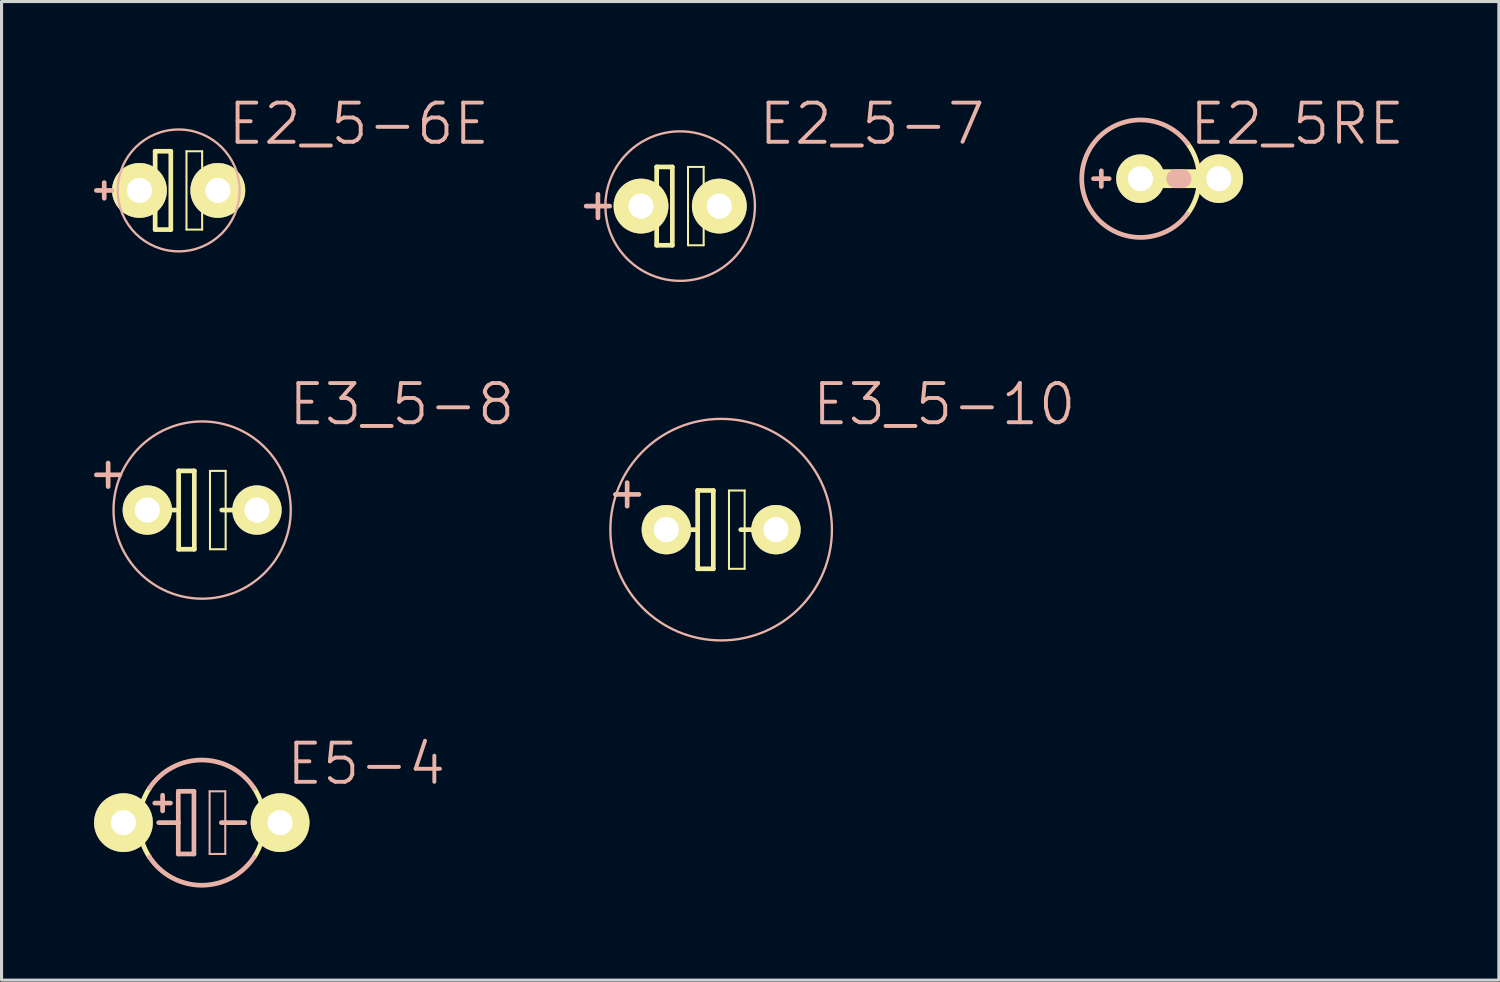
<source format=kicad_pcb>
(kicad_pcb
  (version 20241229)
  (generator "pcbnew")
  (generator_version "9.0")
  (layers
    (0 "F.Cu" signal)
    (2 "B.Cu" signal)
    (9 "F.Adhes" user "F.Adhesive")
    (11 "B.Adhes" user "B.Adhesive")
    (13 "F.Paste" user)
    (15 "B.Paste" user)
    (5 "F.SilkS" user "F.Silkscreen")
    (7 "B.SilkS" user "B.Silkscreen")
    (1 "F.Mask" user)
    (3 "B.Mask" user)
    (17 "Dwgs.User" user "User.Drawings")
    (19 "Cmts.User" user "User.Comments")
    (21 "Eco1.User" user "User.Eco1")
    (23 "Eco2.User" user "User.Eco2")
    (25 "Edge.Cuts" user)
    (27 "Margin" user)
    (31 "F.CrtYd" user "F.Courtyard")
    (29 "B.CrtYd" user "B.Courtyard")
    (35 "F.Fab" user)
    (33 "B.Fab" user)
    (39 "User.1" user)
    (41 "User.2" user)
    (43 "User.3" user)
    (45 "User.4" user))
  (footprint "E5-4"
    (layer "F.Cu")
    (at 3.493 23.626)
    (property "Reference" "E5-4" (at 5.334 -1.905 0) (layer "B.SilkS") (effects (font (size 1.27 1.27) (thickness 0.127))))
    (attr exclude_from_pos_files exclude_from_bom)
    (fp_arc (start -1.69672 1.11506) (mid -2.030323 0.002209) (end -1.699143 -1.111365) (stroke (width 0.1524) (type solid)) (layer "F.SilkS"))
    (fp_arc (start 1.69672 -1.11506) (mid 2.030323 -0.002209) (end 1.699143 1.111365) (stroke (width 0.1524) (type solid)) (layer "F.SilkS"))
    (fp_line (start -1.524 -0.635) (end -1.016 -0.635) (stroke (width 0.152) (type solid)) (layer "B.SilkS"))
    (fp_line (start -1.397 0) (end -0.762 0) (stroke (width 0.152) (type solid)) (layer "B.SilkS"))
    (fp_line (start -1.27 -0.381) (end -1.27 -0.889) (stroke (width 0.152) (type solid)) (layer "B.SilkS"))
    (fp_line (start -0.762 -1.016) (end -0.762 0) (stroke (width 0.152) (type solid)) (layer "B.SilkS"))
    (fp_line (start -0.762 0) (end -0.762 1.016) (stroke (width 0.152) (type solid)) (layer "B.SilkS"))
    (fp_line (start -0.762 1.016) (end -0.254 1.016) (stroke (width 0.152) (type solid)) (layer "B.SilkS"))
    (fp_line (start -0.254 -1.016) (end -0.762 -1.016) (stroke (width 0.152) (type solid)) (layer "B.SilkS"))
    (fp_line (start -0.254 1.016) (end -0.254 -1.016) (stroke (width 0.152) (type solid)) (layer "B.SilkS"))
    (fp_line (start 0.254 -1.016) (end 0.762 -1.016) (stroke (width 0.066) (type solid)) (layer "B.SilkS"))
    (fp_line (start 0.254 1.016) (end 0.254 -1.016) (stroke (width 0.066) (type solid)) (layer "B.SilkS"))
    (fp_line (start 0.254 1.016) (end 0.762 1.016) (stroke (width 0.066) (type solid)) (layer "B.SilkS"))
    (fp_line (start 0.635 0) (end 1.397 0) (stroke (width 0.152) (type solid)) (layer "B.SilkS"))
    (fp_line (start 0.762 1.016) (end 0.762 -1.016) (stroke (width 0.066) (type solid)) (layer "B.SilkS"))
    (fp_arc (start -1.69672 -1.11506) (mid 0.000437 -2.030324) (end 1.6972 -1.114329) (stroke (width 0.1524) (type solid)) (layer "B.SilkS"))
    (fp_arc (start 1.69672 1.11506) (mid -0.000437 2.030324) (end -1.6972 1.114329) (stroke (width 0.1524) (type solid)) (layer "B.SilkS"))
    (pad "+" thru_hole circle (at -2.54 0) (size 1.905 1.905) (drill 0.813) (layers "*.Cu" "F.Mask" "F.SilkS" "F.Paste"))
    (pad "-" thru_hole circle (at 2.54 0) (size 1.905 1.905) (drill 0.813) (layers "*.Cu" "F.Mask" "F.SilkS" "F.Paste")))
  (footprint "E2_5-6E"
    (layer "F.Cu")
    (at 2.743 3.125)
    (property "Reference" "E2_5-6E" (at 5.842 -2.159 0) (layer "B.SilkS") (effects (font (size 1.27 1.27) (thickness 0.127))))
    (attr exclude_from_pos_files exclude_from_bom)
    (fp_line (start -1.651 0) (end -0.762 0) (stroke (width 0.152) (type solid)) (layer "F.SilkS"))
    (fp_line (start -0.762 -1.27) (end -0.762 0) (stroke (width 0.152) (type solid)) (layer "F.SilkS"))
    (fp_line (start -0.762 0) (end -0.762 1.27) (stroke (width 0.152) (type solid)) (layer "F.SilkS"))
    (fp_line (start -0.762 1.27) (end -0.254 1.27) (stroke (width 0.152) (type solid)) (layer "F.SilkS"))
    (fp_line (start -0.254 -1.27) (end -0.762 -1.27) (stroke (width 0.152) (type solid)) (layer "F.SilkS"))
    (fp_line (start -0.254 1.27) (end -0.254 -1.27) (stroke (width 0.152) (type solid)) (layer "F.SilkS"))
    (fp_line (start 0.254 -1.27) (end 0.762 -1.27) (stroke (width 0.066) (type solid)) (layer "F.SilkS"))
    (fp_line (start 0.254 1.27) (end 0.254 -1.27) (stroke (width 0.066) (type solid)) (layer "F.SilkS"))
    (fp_line (start 0.254 1.27) (end 0.762 1.27) (stroke (width 0.066) (type solid)) (layer "F.SilkS"))
    (fp_line (start 0.635 0) (end 1.651 0) (stroke (width 0.152) (type solid)) (layer "F.SilkS"))
    (fp_line (start 0.762 1.27) (end 0.762 -1.27) (stroke (width 0.066) (type solid)) (layer "F.SilkS"))
    (fp_line (start -2.413 0.254) (end -2.413 -0.254) (stroke (width 0.152) (type solid)) (layer "B.SilkS"))
    (fp_line (start -2.159 0) (end -2.667 0) (stroke (width 0.152) (type solid)) (layer "B.SilkS"))
    (fp_circle (center 0 0) (end -1.397 1.397) (stroke (width 0.076) (type solid)) (fill no) (layer "B.SilkS"))
    (pad "+" thru_hole circle (at -1.27 0) (size 1.778 1.778) (drill 0.813) (layers "*.Cu" "F.Mask" "F.SilkS" "F.Paste"))
    (pad "-" thru_hole circle (at 1.27 0) (size 1.778 1.778) (drill 0.813) (layers "*.Cu" "F.Mask" "F.SilkS" "F.Paste")))
  (footprint "E3_5-8"
    (layer "F.Cu")
    (at 3.505 13.49)
    (property "Reference" "E3_5-8" (at 6.477 -3.429 0) (layer "B.SilkS") (effects (font (size 1.27 1.27) (thickness 0.127))))
    (attr exclude_from_pos_files exclude_from_bom)
    (fp_line (start -1.651 0) (end -0.762 0) (stroke (width 0.152) (type solid)) (layer "F.SilkS"))
    (fp_line (start -0.762 -1.27) (end -0.762 0) (stroke (width 0.152) (type solid)) (layer "F.SilkS"))
    (fp_line (start -0.762 0) (end -0.762 1.27) (stroke (width 0.152) (type solid)) (layer "F.SilkS"))
    (fp_line (start -0.762 1.27) (end -0.254 1.27) (stroke (width 0.152) (type solid)) (layer "F.SilkS"))
    (fp_line (start -0.254 -1.27) (end -0.762 -1.27) (stroke (width 0.152) (type solid)) (layer "F.SilkS"))
    (fp_line (start -0.254 1.27) (end -0.254 -1.27) (stroke (width 0.152) (type solid)) (layer "F.SilkS"))
    (fp_line (start 0.254 -1.27) (end 0.762 -1.27) (stroke (width 0.066) (type solid)) (layer "F.SilkS"))
    (fp_line (start 0.254 1.27) (end 0.254 -1.27) (stroke (width 0.066) (type solid)) (layer "F.SilkS"))
    (fp_line (start 0.254 1.27) (end 0.762 1.27) (stroke (width 0.066) (type solid)) (layer "F.SilkS"))
    (fp_line (start 0.635 0) (end 1.651 0) (stroke (width 0.152) (type solid)) (layer "F.SilkS"))
    (fp_line (start 0.762 1.27) (end 0.762 -1.27) (stroke (width 0.066) (type solid)) (layer "F.SilkS"))
    (fp_line (start -3.429 -1.143) (end -2.667 -1.143) (stroke (width 0.152) (type solid)) (layer "B.SilkS"))
    (fp_line (start -3.048 -0.762) (end -3.048 -1.524) (stroke (width 0.152) (type solid)) (layer "B.SilkS"))
    (fp_circle (center 0 0) (end -2.032 2.032) (stroke (width 0.076) (type solid)) (fill no) (layer "B.SilkS"))
    (pad "+" thru_hole circle (at -1.778 0) (size 1.6 1.6) (drill 0.813) (layers "*.Cu" "F.Mask" "F.SilkS" "F.Paste"))
    (pad "-" thru_hole circle (at 1.778 0) (size 1.6 1.6) (drill 0.813) (layers "*.Cu" "F.Mask" "F.SilkS" "F.Paste")))
  (footprint "E3_5-10"
    (layer "F.Cu")
    (at 20.335 14.125)
    (property "Reference" "E3_5-10" (at 7.236 -4.064 0) (layer "B.SilkS") (effects (font (size 1.27 1.27) (thickness 0.127))))
    (attr exclude_from_pos_files exclude_from_bom)
    (fp_line (start -1.651 0) (end -0.762 0) (stroke (width 0.152) (type solid)) (layer "F.SilkS"))
    (fp_line (start -0.762 -1.27) (end -0.762 0) (stroke (width 0.152) (type solid)) (layer "F.SilkS"))
    (fp_line (start -0.762 0) (end -0.762 1.27) (stroke (width 0.152) (type solid)) (layer "F.SilkS"))
    (fp_line (start -0.762 1.27) (end -0.254 1.27) (stroke (width 0.152) (type solid)) (layer "F.SilkS"))
    (fp_line (start -0.254 -1.27) (end -0.762 -1.27) (stroke (width 0.152) (type solid)) (layer "F.SilkS"))
    (fp_line (start -0.254 1.27) (end -0.254 -1.27) (stroke (width 0.152) (type solid)) (layer "F.SilkS"))
    (fp_line (start 0.254 -1.27) (end 0.762 -1.27) (stroke (width 0.066) (type solid)) (layer "F.SilkS"))
    (fp_line (start 0.254 1.27) (end 0.254 -1.27) (stroke (width 0.066) (type solid)) (layer "F.SilkS"))
    (fp_line (start 0.254 1.27) (end 0.762 1.27) (stroke (width 0.066) (type solid)) (layer "F.SilkS"))
    (fp_line (start 0.635 0) (end 1.651 0) (stroke (width 0.152) (type solid)) (layer "F.SilkS"))
    (fp_line (start 0.762 1.27) (end 0.762 -1.27) (stroke (width 0.066) (type solid)) (layer "F.SilkS"))
    (fp_line (start -3.429 -1.143) (end -2.667 -1.143) (stroke (width 0.152) (type solid)) (layer "B.SilkS"))
    (fp_line (start -3.048 -0.762) (end -3.048 -1.524) (stroke (width 0.152) (type solid)) (layer "B.SilkS"))
    (fp_circle (center 0 0) (end -2.54 2.54) (stroke (width 0.076) (type solid)) (fill no) (layer "B.SilkS"))
    (pad "+" thru_hole circle (at -1.778 0) (size 1.6 1.6) (drill 0.813) (layers "*.Cu" "F.Mask" "F.SilkS" "F.Paste"))
    (pad "-" thru_hole circle (at 1.778 0) (size 1.6 1.6) (drill 0.813) (layers "*.Cu" "F.Mask" "F.SilkS" "F.Paste")))
  (footprint "E2_5RE"
    (layer "F.Cu")
    (at 35.203 2.744)
    (property "Reference" "E2_5RE" (at 3.81 -1.778 0) (layer "B.SilkS") (effects (font (size 1.27 1.27) (thickness 0.127))))
    (attr exclude_from_pos_files exclude_from_bom)
    (fp_line (start 1.27 0) (end -1.27 0) (stroke (width 0.61) (type solid)) (layer "F.SilkS"))
    (fp_arc (start 0.254 -1.143) (mid 0.635 -0.000662) (end 0.254794 1.141941) (stroke (width 0.1524) (type solid)) (layer "F.SilkS"))
    (fp_line (start -2.794 0) (end -2.286 0) (stroke (width 0.152) (type solid)) (layer "B.SilkS"))
    (fp_line (start -2.54 0.254) (end -2.54 -0.254) (stroke (width 0.152) (type solid)) (layer "B.SilkS"))
    (fp_line (start -0.127 0) (end 0.076 0) (stroke (width 0.61) (type solid)) (layer "B.SilkS"))
    (fp_arc (start 0.254 1.143) (mid -3.175 0.001001) (end 0.252798 -1.144601) (stroke (width 0.1524) (type solid)) (layer "B.SilkS"))
    (pad "+" thru_hole circle (at -1.27 0) (size 1.575 1.575) (drill 0.813) (layers "*.Cu" "F.Mask" "F.SilkS" "F.Paste"))
    (pad "-" thru_hole circle (at 1.27 0) (size 1.575 1.575) (drill 0.813) (layers "*.Cu" "F.Mask" "F.SilkS" "F.Paste")))
  (footprint "E2_5-7"
    (layer "F.Cu")
    (at 19.006 3.633)
    (property "Reference" "E2_5-7" (at 6.223 -2.667 0) (layer "B.SilkS") (effects (font (size 1.27 1.27) (thickness 0.127))))
    (attr exclude_from_pos_files exclude_from_bom)
    (fp_line (start -1.651 0) (end -0.762 0) (stroke (width 0.152) (type solid)) (layer "F.SilkS"))
    (fp_line (start -0.762 -1.27) (end -0.762 0) (stroke (width 0.152) (type solid)) (layer "F.SilkS"))
    (fp_line (start -0.762 0) (end -0.762 1.27) (stroke (width 0.152) (type solid)) (layer "F.SilkS"))
    (fp_line (start -0.762 1.27) (end -0.254 1.27) (stroke (width 0.152) (type solid)) (layer "F.SilkS"))
    (fp_line (start -0.254 -1.27) (end -0.762 -1.27) (stroke (width 0.152) (type solid)) (layer "F.SilkS"))
    (fp_line (start -0.254 1.27) (end -0.254 -1.27) (stroke (width 0.152) (type solid)) (layer "F.SilkS"))
    (fp_line (start 0.254 -1.27) (end 0.762 -1.27) (stroke (width 0.066) (type solid)) (layer "F.SilkS"))
    (fp_line (start 0.254 1.27) (end 0.254 -1.27) (stroke (width 0.066) (type solid)) (layer "F.SilkS"))
    (fp_line (start 0.254 1.27) (end 0.762 1.27) (stroke (width 0.066) (type solid)) (layer "F.SilkS"))
    (fp_line (start 0.635 0) (end 1.651 0) (stroke (width 0.152) (type solid)) (layer "F.SilkS"))
    (fp_line (start 0.762 1.27) (end 0.762 -1.27) (stroke (width 0.066) (type solid)) (layer "F.SilkS"))
    (fp_line (start -3.048 0) (end -2.286 0) (stroke (width 0.152) (type solid)) (layer "B.SilkS"))
    (fp_line (start -2.667 0.381) (end -2.667 -0.381) (stroke (width 0.152) (type solid)) (layer "B.SilkS"))
    (fp_circle (center 0 0) (end -1.714 1.714) (stroke (width 0.076) (type solid)) (fill no) (layer "B.SilkS"))
    (pad "+" thru_hole circle (at -1.27 0) (size 1.778 1.778) (drill 0.813) (layers "*.Cu" "F.Mask" "F.SilkS" "F.Paste"))
    (pad "-" thru_hole circle (at 1.27 0) (size 1.778 1.778) (drill 0.813) (layers "*.Cu" "F.Mask" "F.SilkS" "F.Paste")))
  (gr_rect
    (start -3 -3)
    (end 45.554 28.733)
    (stroke (width 0.1) (type default))
    (fill no)
    (layer "Edge.Cuts")))
</source>
